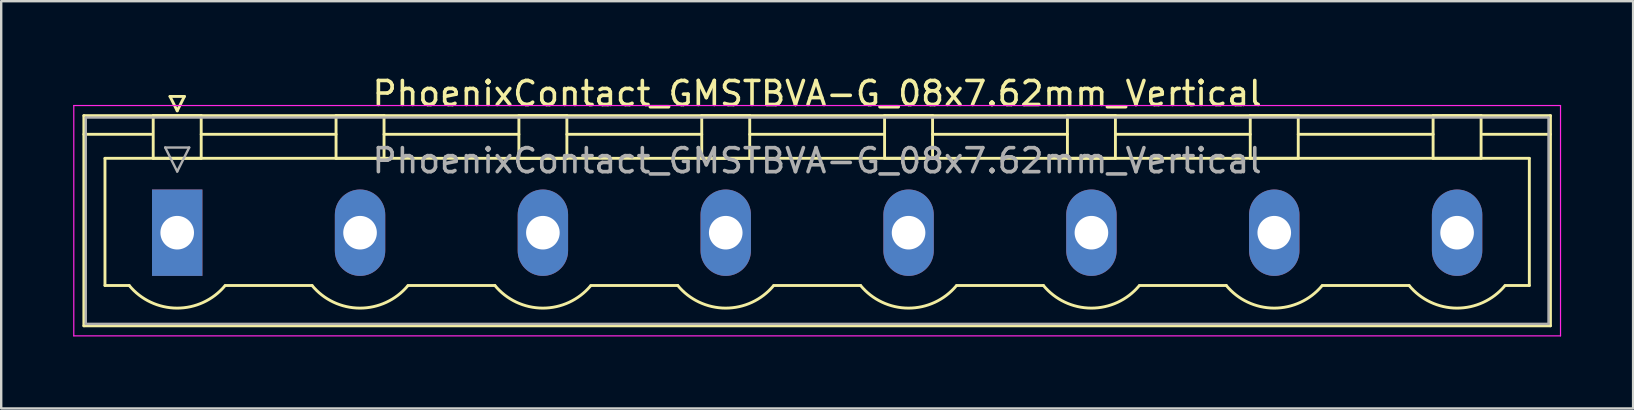
<source format=kicad_pcb>
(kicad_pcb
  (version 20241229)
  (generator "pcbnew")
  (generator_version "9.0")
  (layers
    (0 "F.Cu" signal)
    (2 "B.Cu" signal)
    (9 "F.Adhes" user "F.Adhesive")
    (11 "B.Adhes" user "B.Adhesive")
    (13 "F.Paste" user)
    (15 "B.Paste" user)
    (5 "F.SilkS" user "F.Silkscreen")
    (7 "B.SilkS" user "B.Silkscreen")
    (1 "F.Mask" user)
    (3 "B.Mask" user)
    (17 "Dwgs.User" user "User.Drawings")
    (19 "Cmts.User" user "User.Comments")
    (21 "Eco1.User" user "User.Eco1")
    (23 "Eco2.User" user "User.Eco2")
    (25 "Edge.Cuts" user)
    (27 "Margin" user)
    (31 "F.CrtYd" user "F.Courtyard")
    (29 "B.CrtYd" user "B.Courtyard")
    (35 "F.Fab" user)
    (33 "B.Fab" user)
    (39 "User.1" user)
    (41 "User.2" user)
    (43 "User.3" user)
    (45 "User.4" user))
  (footprint "PhoenixContact_GMSTBVA-G_08x7.62mm_Vertical"
    (layer "F.Cu")
    (at 4.335 6.648)
    (property "Reference" "PhoenixContact_GMSTBVA-G_08x7.62mm_Vertical" (at 26.67 -5.8 0) (layer "F.SilkS") (effects (font (size 1 1) (thickness 0.15))))
    (attr through_hole)
    (fp_line (start -3.89 -4.88) (end -3.89 3.88) (stroke (width 0.12) (type solid)) (layer "F.SilkS"))
    (fp_line (start -3.89 -4.1) (end -1.08 -4.1) (stroke (width 0.12) (type solid)) (layer "F.SilkS"))
    (fp_line (start -3.89 3.88) (end 57.23 3.88) (stroke (width 0.12) (type solid)) (layer "F.SilkS"))
    (fp_line (start -3.01 -3.1) (end 56.35 -3.1) (stroke (width 0.12) (type solid)) (layer "F.SilkS"))
    (fp_line (start -3.01 2.2) (end -3.01 -3.1) (stroke (width 0.12) (type solid)) (layer "F.SilkS"))
    (fp_line (start -2 2.2) (end -3.01 2.2) (stroke (width 0.12) (type solid)) (layer "F.SilkS"))
    (fp_line (start -1 -4.88) (end 1 -4.88) (stroke (width 0.12) (type solid)) (layer "F.SilkS"))
    (fp_line (start -1 -3.1) (end -1 -4.88) (stroke (width 0.12) (type solid)) (layer "F.SilkS"))
    (fp_line (start -0.3 -5.68) (end 0.3 -5.68) (stroke (width 0.12) (type solid)) (layer "F.SilkS"))
    (fp_line (start 0 -5.08) (end -0.3 -5.68) (stroke (width 0.12) (type solid)) (layer "F.SilkS"))
    (fp_line (start 0.3 -5.68) (end 0 -5.08) (stroke (width 0.12) (type solid)) (layer "F.SilkS"))
    (fp_line (start 1 -4.88) (end 1 -3.1) (stroke (width 0.12) (type solid)) (layer "F.SilkS"))
    (fp_line (start 1 -4.1) (end 6.62 -4.1) (stroke (width 0.12) (type solid)) (layer "F.SilkS"))
    (fp_line (start 1 -3.1) (end -1 -3.1) (stroke (width 0.12) (type solid)) (layer "F.SilkS"))
    (fp_line (start 2 2.2) (end 5.62 2.2) (stroke (width 0.12) (type solid)) (layer "F.SilkS"))
    (fp_line (start 6.62 -4.88) (end 8.62 -4.88) (stroke (width 0.12) (type solid)) (layer "F.SilkS"))
    (fp_line (start 6.62 -3.1) (end 6.62 -4.88) (stroke (width 0.12) (type solid)) (layer "F.SilkS"))
    (fp_line (start 8.62 -4.88) (end 8.62 -3.1) (stroke (width 0.12) (type solid)) (layer "F.SilkS"))
    (fp_line (start 8.62 -4.1) (end 14.24 -4.1) (stroke (width 0.12) (type solid)) (layer "F.SilkS"))
    (fp_line (start 8.62 -3.1) (end 6.62 -3.1) (stroke (width 0.12) (type solid)) (layer "F.SilkS"))
    (fp_line (start 9.62 2.2) (end 13.24 2.2) (stroke (width 0.12) (type solid)) (layer "F.SilkS"))
    (fp_line (start 14.24 -4.88) (end 16.24 -4.88) (stroke (width 0.12) (type solid)) (layer "F.SilkS"))
    (fp_line (start 14.24 -3.1) (end 14.24 -4.88) (stroke (width 0.12) (type solid)) (layer "F.SilkS"))
    (fp_line (start 16.24 -4.88) (end 16.24 -3.1) (stroke (width 0.12) (type solid)) (layer "F.SilkS"))
    (fp_line (start 16.24 -4.1) (end 21.86 -4.1) (stroke (width 0.12) (type solid)) (layer "F.SilkS"))
    (fp_line (start 16.24 -3.1) (end 14.24 -3.1) (stroke (width 0.12) (type solid)) (layer "F.SilkS"))
    (fp_line (start 17.24 2.2) (end 20.86 2.2) (stroke (width 0.12) (type solid)) (layer "F.SilkS"))
    (fp_line (start 21.86 -4.88) (end 23.86 -4.88) (stroke (width 0.12) (type solid)) (layer "F.SilkS"))
    (fp_line (start 21.86 -3.1) (end 21.86 -4.88) (stroke (width 0.12) (type solid)) (layer "F.SilkS"))
    (fp_line (start 23.86 -4.88) (end 23.86 -3.1) (stroke (width 0.12) (type solid)) (layer "F.SilkS"))
    (fp_line (start 23.86 -4.1) (end 29.48 -4.1) (stroke (width 0.12) (type solid)) (layer "F.SilkS"))
    (fp_line (start 23.86 -3.1) (end 21.86 -3.1) (stroke (width 0.12) (type solid)) (layer "F.SilkS"))
    (fp_line (start 24.86 2.2) (end 28.48 2.2) (stroke (width 0.12) (type solid)) (layer "F.SilkS"))
    (fp_line (start 29.48 -4.88) (end 31.48 -4.88) (stroke (width 0.12) (type solid)) (layer "F.SilkS"))
    (fp_line (start 29.48 -3.1) (end 29.48 -4.88) (stroke (width 0.12) (type solid)) (layer "F.SilkS"))
    (fp_line (start 31.48 -4.88) (end 31.48 -3.1) (stroke (width 0.12) (type solid)) (layer "F.SilkS"))
    (fp_line (start 31.48 -4.1) (end 37.1 -4.1) (stroke (width 0.12) (type solid)) (layer "F.SilkS"))
    (fp_line (start 31.48 -3.1) (end 29.48 -3.1) (stroke (width 0.12) (type solid)) (layer "F.SilkS"))
    (fp_line (start 32.48 2.2) (end 36.1 2.2) (stroke (width 0.12) (type solid)) (layer "F.SilkS"))
    (fp_line (start 37.1 -4.88) (end 39.1 -4.88) (stroke (width 0.12) (type solid)) (layer "F.SilkS"))
    (fp_line (start 37.1 -3.1) (end 37.1 -4.88) (stroke (width 0.12) (type solid)) (layer "F.SilkS"))
    (fp_line (start 39.1 -4.88) (end 39.1 -3.1) (stroke (width 0.12) (type solid)) (layer "F.SilkS"))
    (fp_line (start 39.1 -4.1) (end 44.72 -4.1) (stroke (width 0.12) (type solid)) (layer "F.SilkS"))
    (fp_line (start 39.1 -3.1) (end 37.1 -3.1) (stroke (width 0.12) (type solid)) (layer "F.SilkS"))
    (fp_line (start 40.1 2.2) (end 43.72 2.2) (stroke (width 0.12) (type solid)) (layer "F.SilkS"))
    (fp_line (start 44.72 -4.88) (end 46.72 -4.88) (stroke (width 0.12) (type solid)) (layer "F.SilkS"))
    (fp_line (start 44.72 -3.1) (end 44.72 -4.88) (stroke (width 0.12) (type solid)) (layer "F.SilkS"))
    (fp_line (start 46.72 -4.88) (end 46.72 -3.1) (stroke (width 0.12) (type solid)) (layer "F.SilkS"))
    (fp_line (start 46.72 -4.1) (end 52.34 -4.1) (stroke (width 0.12) (type solid)) (layer "F.SilkS"))
    (fp_line (start 46.72 -3.1) (end 44.72 -3.1) (stroke (width 0.12) (type solid)) (layer "F.SilkS"))
    (fp_line (start 47.72 2.2) (end 51.34 2.2) (stroke (width 0.12) (type solid)) (layer "F.SilkS"))
    (fp_line (start 52.34 -4.88) (end 54.34 -4.88) (stroke (width 0.12) (type solid)) (layer "F.SilkS"))
    (fp_line (start 52.34 -3.1) (end 52.34 -4.88) (stroke (width 0.12) (type solid)) (layer "F.SilkS"))
    (fp_line (start 54.34 -4.88) (end 54.34 -3.1) (stroke (width 0.12) (type solid)) (layer "F.SilkS"))
    (fp_line (start 54.34 -3.1) (end 52.34 -3.1) (stroke (width 0.12) (type solid)) (layer "F.SilkS"))
    (fp_line (start 56.35 -3.1) (end 56.35 2.2) (stroke (width 0.12) (type solid)) (layer "F.SilkS"))
    (fp_line (start 56.35 2.2) (end 55.34 2.2) (stroke (width 0.12) (type solid)) (layer "F.SilkS"))
    (fp_line (start 57.23 -4.88) (end -3.89 -4.88) (stroke (width 0.12) (type solid)) (layer "F.SilkS"))
    (fp_line (start 57.23 -4.1) (end 54.42 -4.1) (stroke (width 0.12) (type solid)) (layer "F.SilkS"))
    (fp_line (start 57.23 3.88) (end 57.23 -4.88) (stroke (width 0.12) (type solid)) (layer "F.SilkS"))
    (fp_arc (start 1.986842 2.215821) (mid -0.010289 3.142758) (end -2 2.2) (stroke (width 0.12) (type solid)) (layer "F.SilkS"))
    (fp_arc (start 9.606842 2.215821) (mid 7.609711 3.142758) (end 5.62 2.2) (stroke (width 0.12) (type solid)) (layer "F.SilkS"))
    (fp_arc (start 17.226842 2.215821) (mid 15.229711 3.142758) (end 13.24 2.2) (stroke (width 0.12) (type solid)) (layer "F.SilkS"))
    (fp_arc (start 24.846842 2.215821) (mid 22.849711 3.142758) (end 20.86 2.2) (stroke (width 0.12) (type solid)) (layer "F.SilkS"))
    (fp_arc (start 32.466842 2.215821) (mid 30.469711 3.142758) (end 28.48 2.2) (stroke (width 0.12) (type solid)) (layer "F.SilkS"))
    (fp_arc (start 40.086842 2.215821) (mid 38.089711 3.142758) (end 36.1 2.2) (stroke (width 0.12) (type solid)) (layer "F.SilkS"))
    (fp_arc (start 47.706842 2.215821) (mid 45.709711 3.142758) (end 43.72 2.2) (stroke (width 0.12) (type solid)) (layer "F.SilkS"))
    (fp_arc (start 55.326842 2.215821) (mid 53.329711 3.142758) (end 51.34 2.2) (stroke (width 0.12) (type solid)) (layer "F.SilkS"))
    (fp_line (start -4.31 -5.3) (end -4.31 4.3) (stroke (width 0.05) (type solid)) (layer "F.CrtYd"))
    (fp_line (start -4.31 4.3) (end 57.65 4.3) (stroke (width 0.05) (type solid)) (layer "F.CrtYd"))
    (fp_line (start 57.65 -5.3) (end -4.31 -5.3) (stroke (width 0.05) (type solid)) (layer "F.CrtYd"))
    (fp_line (start 57.65 4.3) (end 57.65 -5.3) (stroke (width 0.05) (type solid)) (layer "F.CrtYd"))
    (fp_line (start -3.81 -4.8) (end -3.81 3.8) (stroke (width 0.1) (type solid)) (layer "F.Fab"))
    (fp_line (start -3.81 3.8) (end 57.15 3.8) (stroke (width 0.1) (type solid)) (layer "F.Fab"))
    (fp_line (start -0.5 -3.55) (end 0.5 -3.55) (stroke (width 0.1) (type solid)) (layer "F.Fab"))
    (fp_line (start 0 -2.55) (end -0.5 -3.55) (stroke (width 0.1) (type solid)) (layer "F.Fab"))
    (fp_line (start 0.5 -3.55) (end 0 -2.55) (stroke (width 0.1) (type solid)) (layer "F.Fab"))
    (fp_line (start 57.15 -4.8) (end -3.81 -4.8) (stroke (width 0.1) (type solid)) (layer "F.Fab"))
    (fp_line (start 57.15 3.8) (end 57.15 -4.8) (stroke (width 0.1) (type solid)) (layer "F.Fab"))
    (fp_text user "${REFERENCE}" (at 26.67 -3 0) (layer "F.Fab") (effects (font (size 1 1) (thickness 0.15))))
    (pad "1" thru_hole rect (at 0 0) (size 2.1 3.6) (drill 1.4) (layers "*.Cu" "*.Mask"))
    (pad "2" thru_hole oval (at 7.62 0) (size 2.1 3.6) (drill 1.4) (layers "*.Cu" "*.Mask"))
    (pad "3" thru_hole oval (at 15.24 0) (size 2.1 3.6) (drill 1.4) (layers "*.Cu" "*.Mask"))
    (pad "4" thru_hole oval (at 22.86 0) (size 2.1 3.6) (drill 1.4) (layers "*.Cu" "*.Mask"))
    (pad "5" thru_hole oval (at 30.48 0) (size 2.1 3.6) (drill 1.4) (layers "*.Cu" "*.Mask"))
    (pad "6" thru_hole oval (at 38.1 0) (size 2.1 3.6) (drill 1.4) (layers "*.Cu" "*.Mask"))
    (pad "7" thru_hole oval (at 45.72 0) (size 2.1 3.6) (drill 1.4) (layers "*.Cu" "*.Mask"))
    (pad "8" thru_hole oval (at 53.34 0) (size 2.1 3.6) (drill 1.4) (layers "*.Cu" "*.Mask")))
  (gr_rect
    (start -3 -3)
    (end 65.01 13.973)
    (stroke (width 0.1) (type default))
    (fill no)
    (layer "Edge.Cuts")))
</source>
